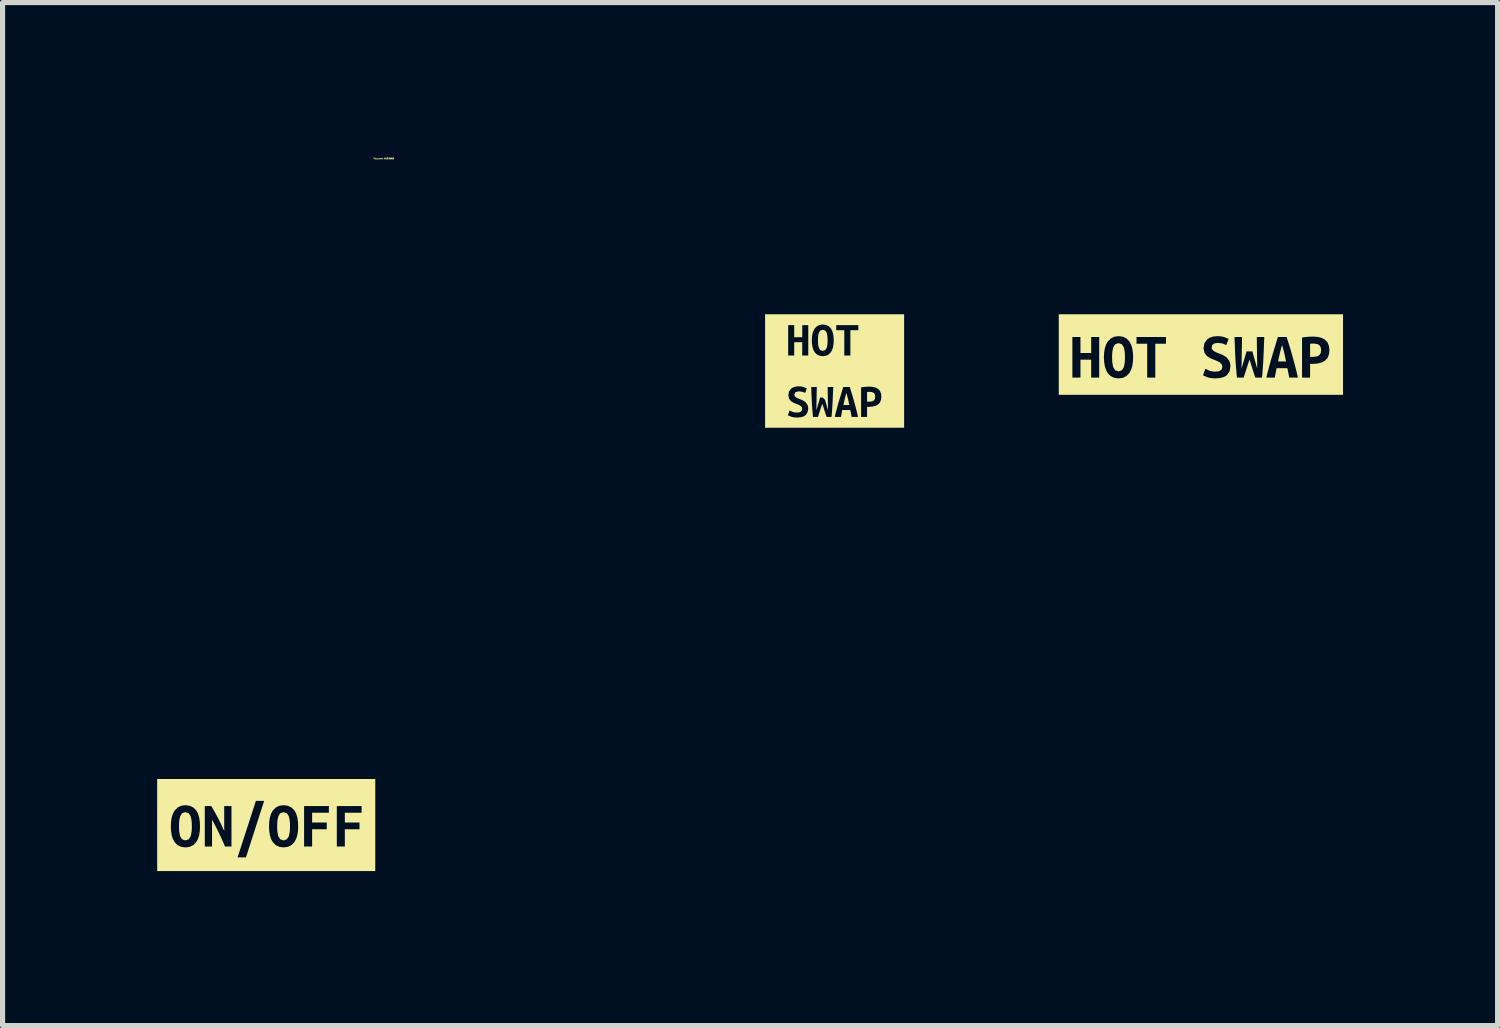
<source format=kicad_pcb>
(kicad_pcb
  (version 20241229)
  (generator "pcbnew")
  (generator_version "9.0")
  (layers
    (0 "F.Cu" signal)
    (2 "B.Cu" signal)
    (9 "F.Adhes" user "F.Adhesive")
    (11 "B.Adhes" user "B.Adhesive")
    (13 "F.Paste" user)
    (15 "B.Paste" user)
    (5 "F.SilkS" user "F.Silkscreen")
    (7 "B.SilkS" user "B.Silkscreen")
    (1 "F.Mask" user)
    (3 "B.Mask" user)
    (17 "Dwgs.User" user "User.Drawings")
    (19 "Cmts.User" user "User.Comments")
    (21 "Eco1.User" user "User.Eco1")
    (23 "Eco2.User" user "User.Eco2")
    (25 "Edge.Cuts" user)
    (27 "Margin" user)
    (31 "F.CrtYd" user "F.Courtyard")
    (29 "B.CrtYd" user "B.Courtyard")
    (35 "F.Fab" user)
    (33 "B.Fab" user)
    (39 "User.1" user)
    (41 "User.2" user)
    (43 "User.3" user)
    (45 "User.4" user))
  (footprint "kibuzzard-659E6869"
    (layer "F.Cu")
    (at 4.398 4.521)
    (property "Reference" "kibuzzard-659E6869" (at 0 -4.495 0) (layer "F.SilkS") (effects (font (size 0.025 0.025) (thickness 0.006))))
    (attr board_only exclude_from_pos_files exclude_from_bom)
    (fp_poly (pts (xy -3.852 -1.447) (xy -4.348 -1.447) (xy -4.348 1.447) (xy -3.852 1.447) (xy -3.302 1.447) (xy -3.302 0.821) (xy -3.286 0.664) (xy -3.252 0.498) (xy -3.204 0.329) (xy -3.148 0.161) (xy -3.085 -0.001) (xy -3.016 -0.154) (xy -2.946 -0.293) (xy -2.88 -0.41) (xy -3.499 -0.41) (xy -3.499 -0.653) (xy -2.537 -0.653) (xy -2.537 -0.432) (xy -2.604 -0.343) (xy -2.678 -0.225) (xy -2.752 -0.082) (xy -2.822 0.078) (xy -2.885 0.253) (xy -2.941 0.439) (xy -2.982 0.63) (xy -3.004 0.821) (xy -3.302 0.821) (xy -3.302 1.447) (xy -1.504 1.447) (xy -1.504 0.354) (xy -2.156 0.354) (xy -2.156 0.066) (xy -1.504 0.066) (xy -1.504 0.354) (xy -1.504 1.447) (xy -0.142 1.447) (xy -0.142 0.821) (xy -1.037 0.821) (xy -1.037 0.578) (xy -0.727 0.578) (xy -0.727 -0.246) (xy -0.88 -0.162) (xy -1.025 -0.103) (xy -1.12 -0.346) (xy -0.997 -0.401) (xy -0.863 -0.475) (xy -0.737 -0.56) (xy -0.635 -0.653) (xy -0.435 -0.653) (xy -0.435 0.578) (xy -0.142 0.578) (xy -0.142 0.821) (xy -0.142 1.447) (xy 0.437 1.447) (xy 0.437 0.852) (xy 0.32 0.845) (xy 0.206 0.827) (xy 0.107 0.802) (xy 0.039 0.775) (xy 0.099 0.533) (xy 0.232 0.58) (xy 0.323 0.596) (xy 0.435 0.602) (xy 0.576 0.583) (xy 0.664 0.534) (xy 0.708 0.466) (xy 0.72 0.387) (xy 0.7 0.274) (xy 0.619 0.186) (xy 0.446 0.129) (xy 0.317 0.114) (xy 0.154 0.109) (xy 0.175 -0.089) (xy 0.192 -0.283) (xy 0.204 -0.471) (xy 0.213 -0.653) (xy 0.966 -0.653) (xy 0.966 -0.41) (xy 0.458 -0.41) (xy 0.446 -0.251) (xy 0.435 -0.115) (xy 0.615 -0.091) (xy 0.762 -0.043) (xy 0.875 0.028) (xy 0.956 0.121) (xy 1.004 0.237) (xy 1.02 0.375) (xy 0.985 0.565) (xy 0.875 0.716) (xy 0.792 0.773) (xy 0.692 0.816) (xy 0.573 0.843) (xy 0.437 0.852) (xy 0.437 1.447) (xy 2.78 1.447) (xy 2.78 0.821) (xy 2.721 0.646) (xy 2.659 0.449) (xy 2.617 0.311) (xy 2.576 0.174) (xy 2.537 0.036) (xy 2.5 -0.099) (xy 2.466 -0.228) (xy 2.435 -0.353) (xy 2.396 -0.52) (xy 2.368 -0.653) (xy 2.678 -0.653) (xy 2.696 -0.53) (xy 2.721 -0.388) (xy 2.751 -0.234) (xy 2.784 -0.076) (xy 2.819 0.084) (xy 2.857 0.241) (xy 2.896 0.389) (xy 2.935 0.521) (xy 2.973 0.391) (xy 3.011 0.243) (xy 3.048 0.086) (xy 3.083 -0.073) (xy 3.115 -0.232) (xy 3.144 -0.387) (xy 3.171 -0.529) (xy 3.192 -0.653) (xy 3.499 -0.653) (xy 3.467 -0.502) (xy 3.429 -0.334) (xy 3.384 -0.153) (xy 3.334 0.036) (xy 3.297 0.166) (xy 3.258 0.298) (xy 3.216 0.431) (xy 3.172 0.564) (xy 3.128 0.694) (xy 3.083 0.821) (xy 2.78 0.821) (xy 2.78 1.447) (xy 3.852 1.447) (xy 4.348 1.447) (xy 4.348 -1.447) (xy 3.852 -1.447) (xy -3.852 -1.447)) (stroke (width 0.1) (type solid)) (fill no) (layer "Eco1.User")))
  (footprint "kibuzzard-6596D4A3"
    (layer "F.Cu")
    (at 20.254 3.83)
    (property "Reference" "kibuzzard-6596D4A3" (at 0 -3.829 0) (layer "F.SilkS") (effects (font (size 0.001 0.001) (thickness 0.15))))
    (attr board_only exclude_from_pos_files exclude_from_bom)
    (fp_poly (pts (xy 1.575 -0.187) (xy 1.552 -0.103) (xy 1.532 -0.024) (xy 1.514 0.054) (xy 1.498 0.135) (xy 1.652 0.135) (xy 1.636 0.054) (xy 1.619 -0.024) (xy 1.599 -0.103) (xy 1.575 -0.187)) (stroke (width 0) (type solid)) (fill yes) (layer "F.SilkS"))
    (fp_poly (pts (xy 2.196 -0.213) (xy 2.158 -0.212) (xy 2.119 -0.209) (xy 2.119 0.045) (xy 2.182 0.045) (xy 2.248 0.038) (xy 2.296 0.015) (xy 2.324 -0.025) (xy 2.334 -0.087) (xy 2.324 -0.145) (xy 2.296 -0.184) (xy 2.253 -0.205) (xy 2.196 -0.213)) (stroke (width 0) (type solid)) (fill yes) (layer "F.SilkS"))
    (fp_poly (pts (xy -1.723 0.053) (xy -1.722 0.108) (xy -1.718 0.16) (xy -1.701 0.247) (xy -1.663 0.306) (xy -1.598 0.327) (xy -1.534 0.306) (xy -1.496 0.247) (xy -1.478 0.16) (xy -1.475 0.108) (xy -1.474 0.053) (xy -1.475 -0.002) (xy -1.478 -0.054) (xy -1.496 -0.141) (xy -1.534 -0.2) (xy -1.598 -0.221) (xy -1.663 -0.2) (xy -1.701 -0.141) (xy -1.718 -0.054) (xy -1.722 -0.002) (xy -1.723 0.053)) (stroke (width 0) (type solid)) (fill yes) (layer "F.SilkS"))
    (fp_poly (pts (xy -2.494 -0.781) (xy -2.758 -0.781) (xy -2.758 0.781) (xy -2.494 0.781) (xy -1.973 0.781) (xy -1.973 0.447) (xy -2.129 0.447) (xy -2.129 0.1) (xy -2.337 0.1) (xy -2.337 0.447) (xy -2.494 0.447) (xy -2.494 -0.34) (xy -2.337 -0.34) (xy -2.337 -0.03) (xy -2.129 -0.03) (xy -2.129 -0.34) (xy -1.973 -0.34) (xy -1.973 0.447) (xy -1.973 0.781) (xy -1.597 0.781) (xy -1.597 0.463) (xy -1.682 0.452) (xy -1.753 0.417) (xy -1.808 0.36) (xy -1.84 0.302) (xy -1.863 0.231) (xy -1.877 0.148) (xy -1.882 0.053) (xy -1.877 -0.042) (xy -1.863 -0.125) (xy -1.839 -0.196) (xy -1.807 -0.254) (xy -1.75 -0.311) (xy -1.681 -0.346) (xy -1.598 -0.357) (xy -1.513 -0.346) (xy -1.443 -0.311) (xy -1.387 -0.254) (xy -1.356 -0.196) (xy -1.333 -0.125) (xy -1.32 -0.042) (xy -1.315 0.053) (xy -1.32 0.148) (xy -1.333 0.231) (xy -1.357 0.302) (xy -1.389 0.36) (xy -1.445 0.417) (xy -1.514 0.452) (xy -1.597 0.463) (xy -1.597 0.781) (xy -0.885 0.781) (xy -0.885 0.447) (xy -1.042 0.447) (xy -1.042 -0.21) (xy -1.249 -0.21) (xy -1.249 -0.34) (xy -0.678 -0.34) (xy -0.678 -0.21) (xy -0.885 -0.21) (xy -0.885 0.447) (xy -0.885 0.781) (xy 0.284 0.781) (xy 0.284 0.463) (xy 0.196 0.458) (xy 0.128 0.442) (xy 0.04 0.403) (xy 0.086 0.276) (xy 0.168 0.315) (xy 0.221 0.328) (xy 0.284 0.332) (xy 0.349 0.324) (xy 0.391 0.301) (xy 0.411 0.268) (xy 0.417 0.231) (xy 0.403 0.188) (xy 0.368 0.154) (xy 0.319 0.127) (xy 0.266 0.105) (xy 0.192 0.076) (xy 0.123 0.034) (xy 0.072 -0.029) (xy 0.051 -0.122) (xy 0.069 -0.221) (xy 0.123 -0.295) (xy 0.177 -0.33) (xy 0.243 -0.35) (xy 0.321 -0.357) (xy 0.388 -0.353) (xy 0.447 -0.341) (xy 0.538 -0.304) (xy 0.492 -0.183) (xy 0.422 -0.214) (xy 0.332 -0.226) (xy 0.263 -0.216) (xy 0.221 -0.186) (xy 0.208 -0.136) (xy 0.22 -0.096) (xy 0.253 -0.066) (xy 0.297 -0.042) (xy 0.346 -0.023) (xy 0.423 0.008) (xy 0.497 0.054) (xy 0.552 0.125) (xy 0.568 0.173) (xy 0.573 0.232) (xy 0.555 0.33) (xy 0.502 0.403) (xy 0.446 0.436) (xy 0.373 0.456) (xy 0.284 0.463) (xy 0.284 0.781) (xy 1.186 0.781) (xy 1.186 0.447) (xy 1.056 0.447) (xy 1.028 0.364) (xy 1 0.275) (xy 0.972 0.185) (xy 0.944 0.099) (xy 0.916 0.182) (xy 0.886 0.273) (xy 0.857 0.363) (xy 0.83 0.447) (xy 0.7 0.447) (xy 0.691 0.356) (xy 0.683 0.261) (xy 0.675 0.162) (xy 0.669 0.061) (xy 0.664 -0.04) (xy 0.66 -0.142) (xy 0.656 -0.243) (xy 0.653 -0.34) (xy 0.798 -0.34) (xy 0.797 -0.263) (xy 0.796 -0.185) (xy 0.794 -0.105) (xy 0.793 -0.025) (xy 0.792 0.053) (xy 0.791 0.13) (xy 0.79 0.203) (xy 0.789 0.271) (xy 0.815 0.182) (xy 0.843 0.087) (xy 0.868 0.001) (xy 0.886 -0.061) (xy 1 -0.061) (xy 1.015 -0.002) (xy 1.038 0.077) (xy 1.064 0.17) (xy 1.093 0.271) (xy 1.093 0.203) (xy 1.092 0.13) (xy 1.09 0.053) (xy 1.089 -0.025) (xy 1.088 -0.104) (xy 1.086 -0.184) (xy 1.086 -0.263) (xy 1.085 -0.34) (xy 1.23 -0.34) (xy 1.226 -0.242) (xy 1.222 -0.141) (xy 1.218 -0.039) (xy 1.213 0.062) (xy 1.208 0.163) (xy 1.201 0.261) (xy 1.194 0.356) (xy 1.186 0.447) (xy 1.186 0.781) (xy 1.715 0.781) (xy 1.715 0.447) (xy 1.678 0.265) (xy 1.469 0.265) (xy 1.433 0.447) (xy 1.271 0.447) (xy 1.293 0.355) (xy 1.316 0.267) (xy 1.338 0.183) (xy 1.361 0.101) (xy 1.384 0.023) (xy 1.412 -0.071) (xy 1.44 -0.163) (xy 1.467 -0.253) (xy 1.494 -0.34) (xy 1.664 -0.34) (xy 1.692 -0.252) (xy 1.72 -0.162) (xy 1.748 -0.069) (xy 1.775 0.027) (xy 1.797 0.106) (xy 1.819 0.187) (xy 1.841 0.271) (xy 1.862 0.357) (xy 1.883 0.447) (xy 1.715 0.447) (xy 1.715 0.781) (xy 2.119 0.781) (xy 2.119 0.447) (xy 1.963 0.447) (xy 1.963 -0.329) (xy 2.014 -0.338) (xy 2.072 -0.344) (xy 2.129 -0.347) (xy 2.179 -0.348) (xy 2.271 -0.342) (xy 2.349 -0.321) (xy 2.411 -0.287) (xy 2.457 -0.237) (xy 2.484 -0.17) (xy 2.494 -0.086) (xy 2.484 -0.000212) (xy 2.457 0.068) (xy 2.41 0.118) (xy 2.347 0.153) (xy 2.269 0.174) (xy 2.175 0.181) (xy 2.119 0.181) (xy 2.119 0.447) (xy 2.119 0.781) (xy 2.494 0.781) (xy 2.758 0.781) (xy 2.758 -0.781) (xy 2.494 -0.781) (xy -2.494 -0.781)) (stroke (width 0) (type solid)) (fill yes) (layer "F.SilkS")))
  (footprint "kibuzzard-6596D4AE"
    (layer "F.Cu")
    (at 2.116 12.96)
    (property "Reference" "kibuzzard-6596D4AE" (at 0 -3.941 0) (layer "F.SilkS") (effects (font (size 0.001 0.001) (thickness 0.15))))
    (attr board_only exclude_from_pos_files exclude_from_bom)
    (fp_poly (pts (xy -1.692 0.025) (xy -1.691 0.08) (xy -1.688 0.132) (xy -1.67 0.219) (xy -1.633 0.277) (xy -1.568 0.299) (xy -1.504 0.277) (xy -1.466 0.218) (xy -1.448 0.131) (xy -1.444 0.08) (xy -1.443 0.025) (xy -1.444 -0.031) (xy -1.448 -0.083) (xy -1.466 -0.17) (xy -1.503 -0.228) (xy -1.568 -0.25) (xy -1.633 -0.228) (xy -1.67 -0.169) (xy -1.688 -0.082) (xy -1.691 -0.03) (xy -1.692 0.025)) (stroke (width 0) (type solid)) (fill yes) (layer "F.SilkS"))
    (fp_poly (pts (xy 0.213 0.025) (xy 0.214 0.08) (xy 0.217 0.132) (xy 0.235 0.219) (xy 0.272 0.277) (xy 0.337 0.299) (xy 0.401 0.277) (xy 0.439 0.218) (xy 0.457 0.131) (xy 0.461 0.08) (xy 0.462 0.025) (xy 0.461 -0.031) (xy 0.457 -0.083) (xy 0.439 -0.17) (xy 0.402 -0.228) (xy 0.337 -0.25) (xy 0.272 -0.228) (xy 0.235 -0.169) (xy 0.217 -0.082) (xy 0.214 -0.03) (xy 0.213 0.025)) (stroke (width 0) (type solid)) (fill yes) (layer "F.SilkS"))
    (fp_poly (pts (xy -1.851 -0.893) (xy -2.116 -0.893) (xy -2.116 0.893) (xy -1.851 0.893) (xy -1.567 0.893) (xy -1.567 0.435) (xy -1.652 0.423) (xy -1.722 0.389) (xy -1.778 0.331) (xy -1.81 0.273) (xy -1.833 0.203) (xy -1.846 0.12) (xy -1.851 0.025) (xy -1.846 -0.071) (xy -1.832 -0.154) (xy -1.809 -0.224) (xy -1.776 -0.282) (xy -1.72 -0.339) (xy -1.65 -0.374) (xy -1.568 -0.385) (xy -1.483 -0.374) (xy -1.413 -0.339) (xy -1.357 -0.282) (xy -1.325 -0.224) (xy -1.303 -0.154) (xy -1.289 -0.071) (xy -1.285 0.025) (xy -1.289 0.12) (xy -1.303 0.203) (xy -1.326 0.273) (xy -1.358 0.331) (xy -1.414 0.389) (xy -1.484 0.423) (xy -1.567 0.435) (xy -1.567 0.893) (xy -0.799 0.893) (xy -0.799 0.418) (xy -0.836 0.331) (xy -0.875 0.244) (xy -0.916 0.157) (xy -0.959 0.071) (xy -1.004 -0.016) (xy -1.051 -0.104) (xy -1.051 0.418) (xy -1.192 0.418) (xy -1.192 -0.368) (xy -1.066 -0.368) (xy -1.031 -0.309) (xy -0.995 -0.246) (xy -0.96 -0.181) (xy -0.926 -0.116) (xy -0.893 -0.052) (xy -0.864 0.01) (xy -0.837 0.067) (xy -0.815 0.116) (xy -0.815 -0.368) (xy -0.674 -0.368) (xy -0.674 0.418) (xy -0.799 0.418) (xy -0.799 0.893) (xy -0.393 0.893) (xy -0.393 0.628) (xy -0.556 0.628) (xy -0.2 -0.469) (xy -0.04 -0.469) (xy -0.393 0.628) (xy -0.393 0.893) (xy 0.338 0.893) (xy 0.338 0.435) (xy 0.253 0.423) (xy 0.183 0.389) (xy 0.127 0.331) (xy 0.095 0.273) (xy 0.072 0.203) (xy 0.059 0.12) (xy 0.054 0.025) (xy 0.059 -0.071) (xy 0.073 -0.154) (xy 0.096 -0.224) (xy 0.129 -0.282) (xy 0.185 -0.339) (xy 0.255 -0.374) (xy 0.337 -0.385) (xy 0.422 -0.374) (xy 0.492 -0.339) (xy 0.548 -0.282) (xy 0.58 -0.224) (xy 0.602 -0.154) (xy 0.616 -0.071) (xy 0.62 0.025) (xy 0.616 0.12) (xy 0.602 0.203) (xy 0.579 0.273) (xy 0.547 0.331) (xy 0.491 0.389) (xy 0.421 0.423) (xy 0.338 0.435) (xy 0.338 0.893) (xy 0.735 0.893) (xy 0.735 0.418) (xy 0.735 -0.368) (xy 1.216 -0.368) (xy 1.216 -0.238) (xy 0.891 -0.238) (xy 0.891 -0.048) (xy 1.175 -0.048) (xy 1.175 0.082) (xy 0.891 0.082) (xy 0.891 0.418) (xy 0.735 0.418) (xy 0.735 0.893) (xy 1.37 0.893) (xy 1.37 0.418) (xy 1.37 -0.368) (xy 1.851 -0.368) (xy 1.851 -0.238) (xy 1.526 -0.238) (xy 1.526 -0.048) (xy 1.81 -0.048) (xy 1.81 0.082) (xy 1.526 0.082) (xy 1.526 0.418) (xy 1.37 0.418) (xy 1.37 0.893) (xy 1.851 0.893) (xy 2.116 0.893) (xy 2.116 -0.893) (xy 1.851 -0.893) (xy -1.851 -0.893)) (stroke (width 0) (type solid)) (fill yes) (layer "F.SilkS")))
  (footprint "kibuzzard-6596C3B5"
    (layer "F.Cu")
    (at 13.146 4.15)
    (property "Reference" "kibuzzard-6596C3B5" (at 0 -4.149 0) (layer "F.SilkS") (effects (font (size 0.001 0.001) (thickness 0.15))))
    (attr board_only exclude_from_pos_files exclude_from_bom)
    (fp_poly (pts (xy 0.228 0.422) (xy 0.211 0.485) (xy 0.196 0.543) (xy 0.183 0.601) (xy 0.171 0.661) (xy 0.284 0.661) (xy 0.273 0.601) (xy 0.26 0.543) (xy 0.245 0.485) (xy 0.228 0.422)) (stroke (width 0) (type solid)) (fill yes) (layer "F.SilkS"))
    (fp_poly (pts (xy 0.687 0.404) (xy 0.658 0.404) (xy 0.63 0.406) (xy 0.63 0.594) (xy 0.677 0.594) (xy 0.725 0.589) (xy 0.76 0.572) (xy 0.781 0.542) (xy 0.788 0.497) (xy 0.781 0.453) (xy 0.761 0.425) (xy 0.728 0.409) (xy 0.687 0.404)) (stroke (width 0) (type solid)) (fill yes) (layer "F.SilkS"))
    (fp_poly (pts (xy -0.323 -0.595) (xy -0.322 -0.554) (xy -0.32 -0.515) (xy -0.306 -0.449) (xy -0.278 -0.406) (xy -0.23 -0.389) (xy -0.182 -0.406) (xy -0.153 -0.45) (xy -0.14 -0.515) (xy -0.137 -0.554) (xy -0.136 -0.595) (xy -0.137 -0.637) (xy -0.14 -0.676) (xy -0.153 -0.741) (xy -0.181 -0.785) (xy -0.23 -0.801) (xy -0.278 -0.785) (xy -0.306 -0.74) (xy -0.32 -0.675) (xy -0.322 -0.637) (xy -0.323 -0.595)) (stroke (width 0) (type solid)) (fill yes) (layer "F.SilkS"))
    (fp_poly (pts (xy -1.151 -1.101) (xy -1.349 -1.101) (xy -1.349 1.101) (xy -1.151 1.101) (xy -0.726 1.101) (xy -0.726 0.903) (xy -0.791 0.899) (xy -0.842 0.887) (xy -0.907 0.859) (xy -0.873 0.765) (xy -0.812 0.793) (xy -0.773 0.803) (xy -0.726 0.806) (xy -0.678 0.8) (xy -0.648 0.783) (xy -0.632 0.759) (xy -0.628 0.731) (xy -0.638 0.699) (xy -0.664 0.674) (xy -0.7 0.655) (xy -0.739 0.638) (xy -0.794 0.617) (xy -0.845 0.586) (xy -0.883 0.539) (xy -0.898 0.47) (xy -0.885 0.398) (xy -0.845 0.343) (xy -0.805 0.317) (xy -0.757 0.302) (xy -0.699 0.297) (xy -0.649 0.3) (xy -0.606 0.309) (xy -0.539 0.336) (xy -0.572 0.425) (xy -0.625 0.403) (xy -0.691 0.393) (xy -0.76 0.41) (xy -0.783 0.46) (xy -0.773 0.49) (xy -0.749 0.512) (xy -0.716 0.529) (xy -0.68 0.543) (xy -0.624 0.566) (xy -0.569 0.6) (xy -0.528 0.653) (xy -0.516 0.688) (xy -0.512 0.732) (xy -0.526 0.804) (xy -0.565 0.858) (xy -0.607 0.883) (xy -0.66 0.898) (xy -0.726 0.903) (xy -0.726 1.101) (xy -0.511 1.101) (xy -0.511 -0.3) (xy -0.628 -0.3) (xy -0.628 -0.56) (xy -0.784 -0.56) (xy -0.784 -0.3) (xy -0.901 -0.3) (xy -0.901 -0.89) (xy -0.784 -0.89) (xy -0.784 -0.657) (xy -0.628 -0.657) (xy -0.628 -0.89) (xy -0.511 -0.89) (xy -0.511 -0.3) (xy -0.511 1.101) (xy -0.06 1.101) (xy -0.06 0.891) (xy -0.156 0.891) (xy -0.176 0.829) (xy -0.197 0.764) (xy -0.218 0.697) (xy -0.238 0.634) (xy -0.259 0.695) (xy -0.282 0.762) (xy -0.303 0.829) (xy -0.323 0.891) (xy -0.419 0.891) (xy -0.426 0.824) (xy -0.432 0.753) (xy -0.437 0.68) (xy -0.442 0.606) (xy -0.445 0.531) (xy -0.449 0.456) (xy -0.451 0.381) (xy -0.453 0.31) (xy -0.346 0.31) (xy -0.347 0.366) (xy -0.348 0.424) (xy -0.349 0.483) (xy -0.35 0.542) (xy -0.351 0.6) (xy -0.352 0.657) (xy -0.353 0.711) (xy -0.353 0.761) (xy -0.334 0.695) (xy -0.313 0.625) (xy -0.295 0.561) (xy -0.282 0.515) (xy -0.197 0.515) (xy -0.229 0.515) (xy -0.229 -0.288) (xy -0.292 -0.296) (xy -0.345 -0.322) (xy -0.387 -0.365) (xy -0.411 -0.409) (xy -0.428 -0.462) (xy -0.439 -0.524) (xy -0.442 -0.595) (xy -0.439 -0.667) (xy -0.428 -0.729) (xy -0.41 -0.782) (xy -0.386 -0.825) (xy -0.344 -0.868) (xy -0.291 -0.894) (xy -0.23 -0.903) (xy -0.166 -0.894) (xy -0.113 -0.868) (xy -0.072 -0.825) (xy -0.048 -0.782) (xy -0.031 -0.729) (xy -0.021 -0.667) (xy -0.017 -0.595) (xy -0.021 -0.524) (xy -0.031 -0.462) (xy -0.048 -0.409) (xy -0.073 -0.365) (xy -0.114 -0.322) (xy -0.166 -0.296) (xy -0.229 -0.288) (xy -0.229 0.515) (xy -0.186 0.559) (xy -0.169 0.618) (xy -0.15 0.686) (xy -0.129 0.761) (xy -0.129 0.711) (xy -0.13 0.657) (xy -0.13 0.6) (xy -0.131 0.543) (xy -0.132 0.484) (xy -0.133 0.425) (xy -0.134 0.366) (xy -0.134 0.31) (xy -0.027 0.31) (xy -0.03 0.382) (xy -0.033 0.457) (xy -0.036 0.532) (xy -0.039 0.607) (xy -0.044 0.681) (xy -0.048 0.754) (xy -0.054 0.824) (xy -0.06 0.891) (xy -0.06 1.101) (xy 0.331 1.101) (xy 0.331 0.891) (xy 0.304 0.756) (xy 0.149 0.756) (xy 0.123 0.891) (xy 0.003 0.891) (xy 0.019 0.823) (xy 0.036 0.758) (xy 0.053 0.696) (xy 0.069 0.635) (xy 0.086 0.578) (xy 0.107 0.508) (xy 0.128 0.44) (xy 0.148 0.374) (xy 0.168 0.31) (xy 0.294 0.31) (xy 0.306 0.347) (xy 0.306 -0.3) (xy 0.188 -0.3) (xy 0.188 -0.792) (xy 0.032 -0.792) (xy 0.032 -0.89) (xy 0.461 -0.89) (xy 0.461 -0.792) (xy 0.306 -0.792) (xy 0.306 -0.3) (xy 0.306 0.347) (xy 0.314 0.375) (xy 0.335 0.441) (xy 0.355 0.51) (xy 0.376 0.581) (xy 0.392 0.639) (xy 0.408 0.699) (xy 0.424 0.761) (xy 0.44 0.825) (xy 0.455 0.891) (xy 0.331 0.891) (xy 0.331 1.101) (xy 0.63 1.101) (xy 0.63 0.891) (xy 0.514 0.891) (xy 0.514 0.317) (xy 0.552 0.311) (xy 0.595 0.307) (xy 0.637 0.304) (xy 0.674 0.303) (xy 0.742 0.308) (xy 0.799 0.323) (xy 0.846 0.349) (xy 0.879 0.385) (xy 0.9 0.435) (xy 0.907 0.497) (xy 0.9 0.561) (xy 0.879 0.611) (xy 0.845 0.648) (xy 0.798 0.674) (xy 0.74 0.689) (xy 0.671 0.695) (xy 0.63 0.695) (xy 0.63 0.891) (xy 0.63 1.101) (xy 1.151 1.101) (xy 1.349 1.101) (xy 1.349 -1.101) (xy 1.151 -1.101) (xy -1.151 -1.101)) (stroke (width 0) (type solid)) (fill yes) (layer "F.SilkS")))
  (gr_rect
    (start -3 -3)
    (end 26.012 16.852)
    (stroke (width 0.1) (type default))
    (fill no)
    (layer "Edge.Cuts")))
</source>
